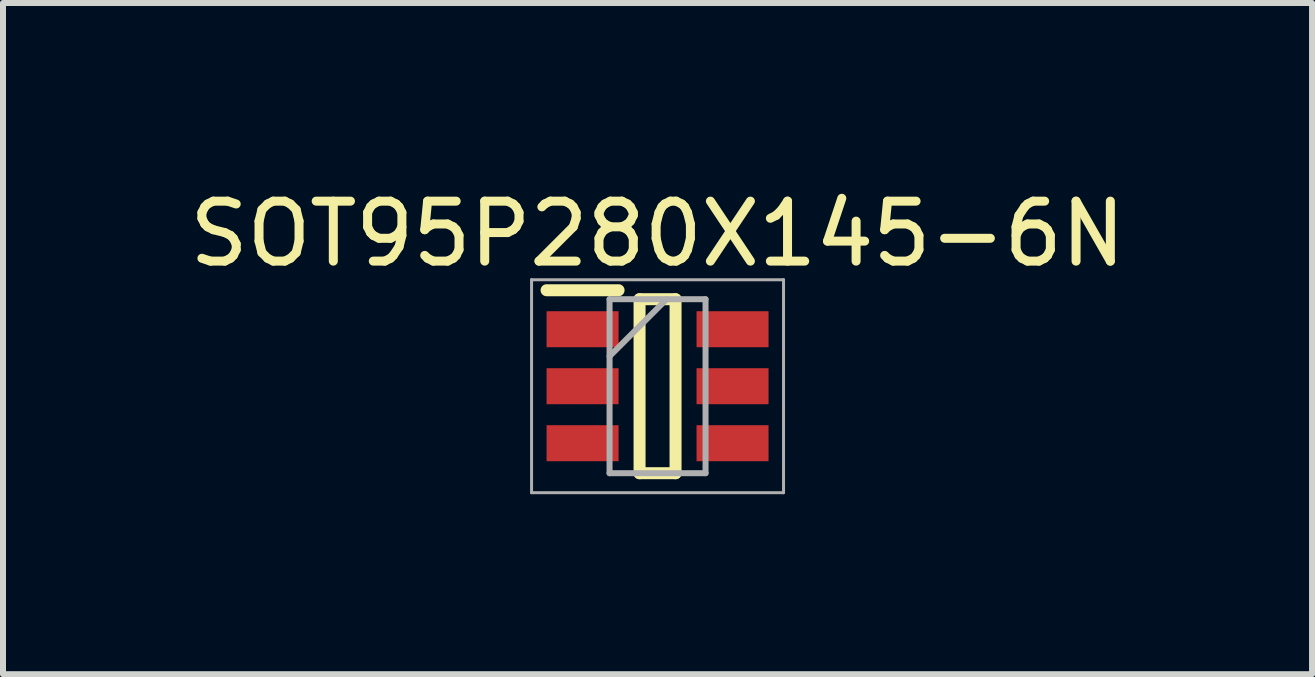
<source format=kicad_pcb>
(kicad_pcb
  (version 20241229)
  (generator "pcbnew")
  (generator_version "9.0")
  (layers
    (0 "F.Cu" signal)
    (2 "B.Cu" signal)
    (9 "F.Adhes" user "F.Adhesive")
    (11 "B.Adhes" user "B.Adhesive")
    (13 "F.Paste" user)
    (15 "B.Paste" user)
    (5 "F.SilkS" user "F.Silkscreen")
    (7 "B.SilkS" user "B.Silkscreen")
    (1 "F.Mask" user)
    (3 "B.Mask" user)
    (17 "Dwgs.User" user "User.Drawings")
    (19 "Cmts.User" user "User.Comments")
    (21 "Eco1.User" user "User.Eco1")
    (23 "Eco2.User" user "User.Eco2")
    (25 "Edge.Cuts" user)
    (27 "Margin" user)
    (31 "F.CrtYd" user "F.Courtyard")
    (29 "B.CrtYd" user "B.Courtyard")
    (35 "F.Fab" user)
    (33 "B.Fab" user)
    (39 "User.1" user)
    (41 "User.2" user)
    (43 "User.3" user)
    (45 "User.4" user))
  (footprint "SOT95P280X145-6N"
    (layer "F.Cu")
    (at 7.911 3.388)
    (property "Reference" "SOT95P280X145-6N" (at 0 -2.54 0) (layer "F.SilkS") (effects (font (size 1 1) (thickness 0.15))))
    (attr through_hole)
    (fp_line (start -1.85 -1.6) (end -0.65 -1.6) (stroke (width 0.2) (type solid)) (layer "F.SilkS"))
    (fp_line (start -0.3 -1.45) (end 0.3 -1.45) (stroke (width 0.2) (type solid)) (layer "F.SilkS"))
    (fp_line (start -0.3 1.45) (end -0.3 -1.45) (stroke (width 0.2) (type solid)) (layer "F.SilkS"))
    (fp_line (start 0.3 -1.45) (end 0.3 1.45) (stroke (width 0.2) (type solid)) (layer "F.SilkS"))
    (fp_line (start 0.3 1.45) (end -0.3 1.45) (stroke (width 0.2) (type solid)) (layer "F.SilkS"))
    (fp_line (start -2.1 -1.775) (end 2.1 -1.775) (stroke (width 0.05) (type solid)) (layer "F.Fab"))
    (fp_line (start -2.1 1.775) (end -2.1 -1.775) (stroke (width 0.05) (type solid)) (layer "F.Fab"))
    (fp_line (start -0.8 -1.45) (end 0.8 -1.45) (stroke (width 0.1) (type solid)) (layer "F.Fab"))
    (fp_line (start -0.8 -0.5) (end 0.15 -1.45) (stroke (width 0.1) (type solid)) (layer "F.Fab"))
    (fp_line (start -0.8 1.45) (end -0.8 -1.45) (stroke (width 0.1) (type solid)) (layer "F.Fab"))
    (fp_line (start 0.8 -1.45) (end 0.8 1.45) (stroke (width 0.1) (type solid)) (layer "F.Fab"))
    (fp_line (start 0.8 1.45) (end -0.8 1.45) (stroke (width 0.1) (type solid)) (layer "F.Fab"))
    (fp_line (start 2.1 -1.775) (end 2.1 1.775) (stroke (width 0.05) (type solid)) (layer "F.Fab"))
    (fp_line (start 2.1 1.775) (end -2.1 1.775) (stroke (width 0.05) (type solid)) (layer "F.Fab"))
    (pad "1" smd rect (at -1.25 -0.95) (size 1.2 0.6) (layers "F.Cu" "F.Mask" "F.Paste"))
    (pad "2" smd rect (at -1.25 0) (size 1.2 0.6) (layers "F.Cu" "F.Mask" "F.Paste"))
    (pad "3" smd rect (at -1.25 0.95) (size 1.2 0.6) (layers "F.Cu" "F.Mask" "F.Paste"))
    (pad "4" smd rect (at 1.25 0.95) (size 1.2 0.6) (layers "F.Cu" "F.Mask" "F.Paste"))
    (pad "5" smd rect (at 1.25 0) (size 1.2 0.6) (layers "F.Cu" "F.Mask" "F.Paste"))
    (pad "6" smd rect (at 1.25 -0.95) (size 1.2 0.6) (layers "F.Cu" "F.Mask" "F.Paste")))
  (gr_rect
    (start -3 -3)
    (end 18.821 8.188)
    (stroke (width 0.1) (type default))
    (fill no)
    (layer "Edge.Cuts")))
</source>
